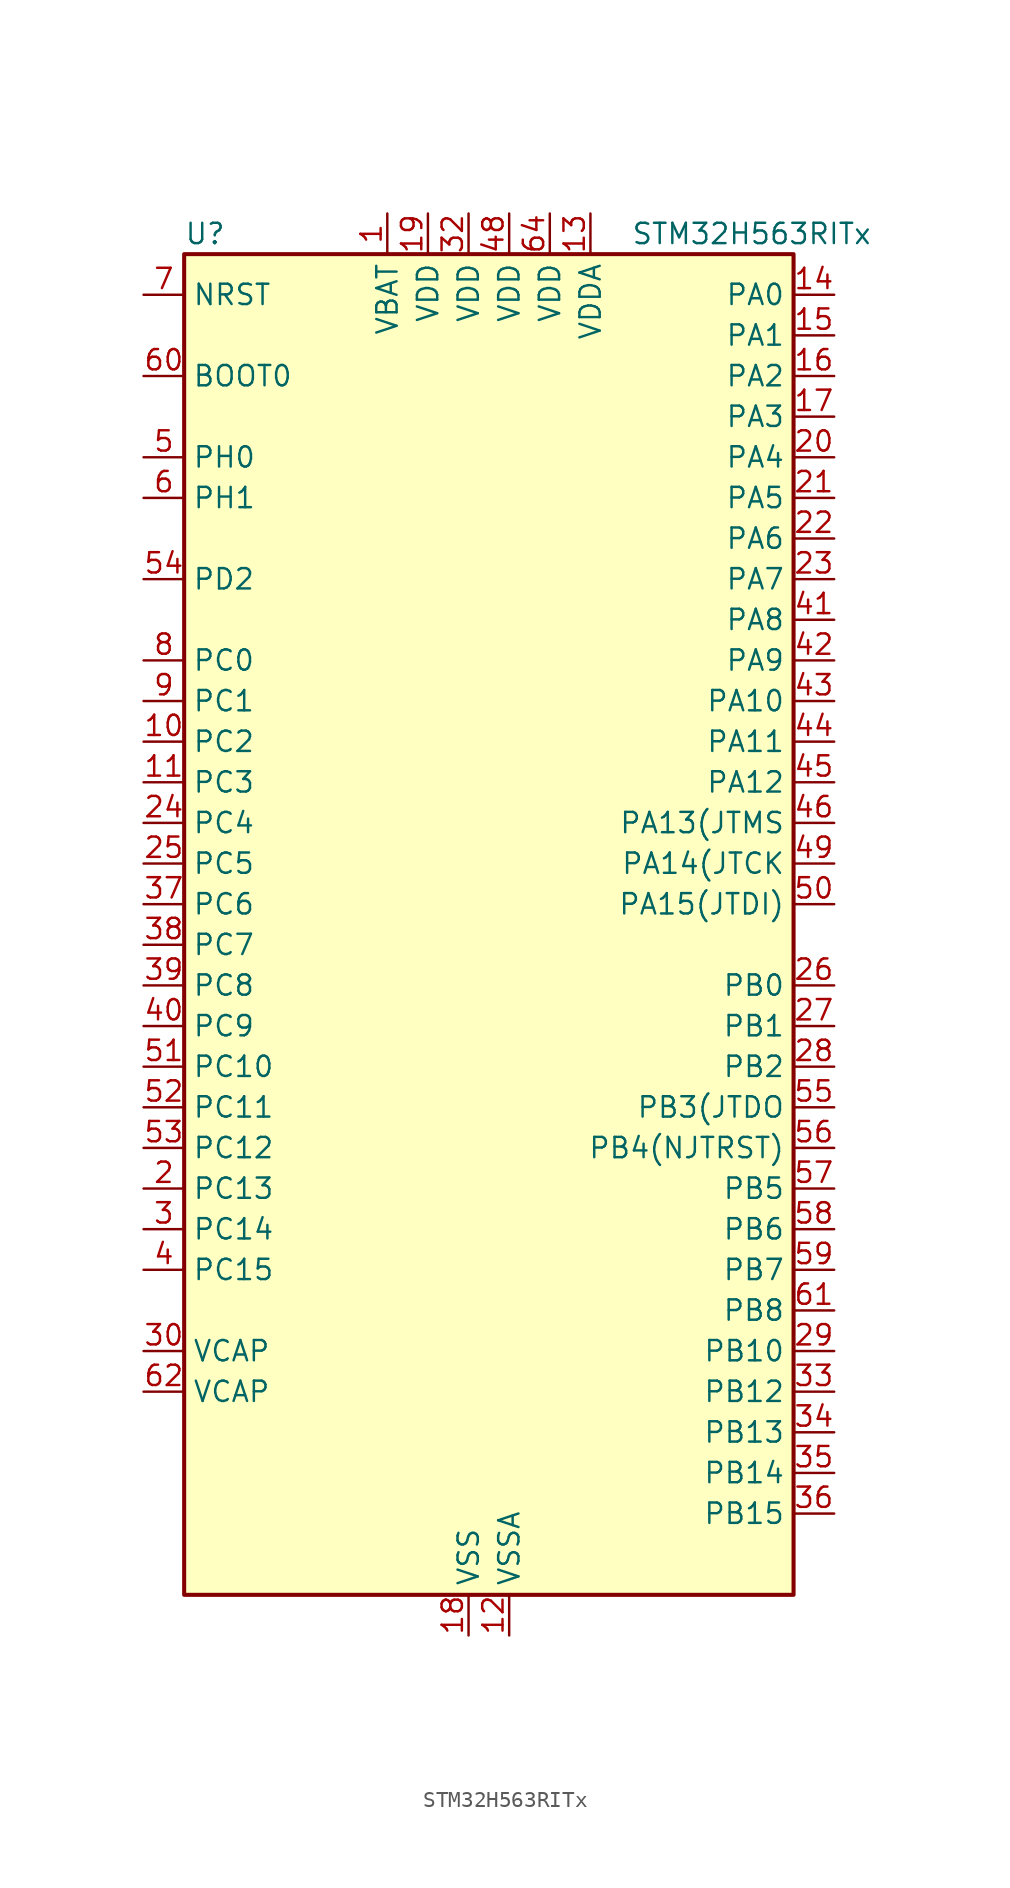
<source format=kicad_sym>
(kicad_symbol_lib
  (version 20231120)
  (generator "kicad-library-utils")
  (generator_version "8.0")
  (symbol "STM32H563RITx"
    (property "Reference" "U"
      (at -17.78 44.45 0)
      (effects (font (size 1.27 1.27)) (justify left)))
    (property "Value" "STM32H563RITx"
      (at 10.16 44.45 0)
      (effects (font (size 1.27 1.27)) (justify left)))
    (symbol "STM32H563RITx_0_1"
      (rectangle (start -17.78 -40.64) (end 20.32 43.18) (stroke (width 0.254) (type default)) (fill (type background))))
    (symbol "STM32H563RITx_1_1"
      (pin power_in line (at -5.08 45.72 270) (length 2.54) (name "VBAT" (effects (font (size 1.27 1.27)))) (number "1" (effects (font (size 1.27 1.27)))))
      (pin bidirectional line (at -20.32 12.7 0) (length 2.54) (name "PC2" (effects (font (size 1.27 1.27)))) (number "10" (effects (font (size 1.27 1.27)))) (alternate "ADC1_INN11" bidirectional line) (alternate "ADC1_INP12" bidirectional line) (alternate "ADC2_INN11" bidirectional line) (alternate "ADC2_INP12" bidirectional line) (alternate "ETH_TXD2" bidirectional line) (alternate "I2S2_SDI" bidirectional line) (alternate "OCTOSPI1_IO2" bidirectional line) (alternate "OCTOSPI1_IO5" bidirectional line) (alternate "PWR_CSLEEP" bidirectional line) (alternate "SPI2_MISO" bidirectional line) (alternate "TIM17_CH1" bidirectional line) (alternate "TIM4_CH4" bidirectional line))
      (pin bidirectional line (at -20.32 10.16 0) (length 2.54) (name "PC3" (effects (font (size 1.27 1.27)))) (number "11" (effects (font (size 1.27 1.27)))) (alternate "ADC1_INN12" bidirectional line) (alternate "ADC1_INP13" bidirectional line) (alternate "ADC2_INN12" bidirectional line) (alternate "ADC2_INP13" bidirectional line) (alternate "ETH_TX_CLK" bidirectional line) (alternate "I2S2_SDO" bidirectional line) (alternate "LPTIM3_CH1" bidirectional line) (alternate "OCTOSPI1_IO0" bidirectional line) (alternate "OCTOSPI1_IO6" bidirectional line) (alternate "PWR_CSTOP" bidirectional line) (alternate "SAI1_D3" bidirectional line) (alternate "SPI2_MOSI" bidirectional line))
      (pin power_in line (at 2.54 -43.18 90) (length 2.54) (name "VSSA" (effects (font (size 1.27 1.27)))) (number "12" (effects (font (size 1.27 1.27)))))
      (pin power_in line (at 7.62 45.72 270) (length 2.54) (name "VDDA" (effects (font (size 1.27 1.27)))) (number "13" (effects (font (size 1.27 1.27)))))
      (pin bidirectional line (at 22.86 40.64 180) (length 2.54) (name "PA0" (effects (font (size 1.27 1.27)))) (number "14" (effects (font (size 1.27 1.27)))) (alternate "ADC1_INN1" bidirectional line) (alternate "ADC1_INP0" bidirectional line) (alternate "ADC2_INN1" bidirectional line) (alternate "ADC2_INP0" bidirectional line) (alternate "ETH_CRS" bidirectional line) (alternate "PWR_WKUP1" bidirectional line) (alternate "SAI2_SD_B" bidirectional line) (alternate "SPI3_RDY" bidirectional line) (alternate "SPI6_NSS" bidirectional line) (alternate "TAMP_IN2" bidirectional line) (alternate "TAMP_OUT1" bidirectional line) (alternate "TIM15_BKIN" bidirectional line) (alternate "TIM2_CH1" bidirectional line) (alternate "TIM2_ETR" bidirectional line) (alternate "TIM5_CH1" bidirectional line) (alternate "TIM8_ETR" bidirectional line) (alternate "UART4_TX" bidirectional line) (alternate "USART2_CTS" bidirectional line) (alternate "USART2_NSS" bidirectional line))
      (pin bidirectional line (at 22.86 38.1 180) (length 2.54) (name "PA1" (effects (font (size 1.27 1.27)))) (number "15" (effects (font (size 1.27 1.27)))) (alternate "ADC1_INP1" bidirectional line) (alternate "ADC2_INP1" bidirectional line) (alternate "ETH_REF_CLK" bidirectional line) (alternate "ETH_RX_CLK" bidirectional line) (alternate "LPTIM1_IN1" bidirectional line) (alternate "OCTOSPI1_DQS" bidirectional line) (alternate "OCTOSPI1_IO3" bidirectional line) (alternate "SAI2_MCLK_B" bidirectional line) (alternate "TAMP_IN5" bidirectional line) (alternate "TAMP_OUT4" bidirectional line) (alternate "TIM15_CH1N" bidirectional line) (alternate "TIM2_CH2" bidirectional line) (alternate "TIM5_CH2" bidirectional line) (alternate "UART4_RX" bidirectional line) (alternate "USART2_RTS" bidirectional line))
      (pin bidirectional line (at 22.86 35.56 180) (length 2.54) (name "PA2" (effects (font (size 1.27 1.27)))) (number "16" (effects (font (size 1.27 1.27)))) (alternate "ADC1_INP14" bidirectional line) (alternate "ADC2_INP14" bidirectional line) (alternate "ETH_MDIO" bidirectional line) (alternate "LPTIM1_IN2" bidirectional line) (alternate "PWR_WKUP2" bidirectional line) (alternate "SAI2_SCK_B" bidirectional line) (alternate "TAMP_IN4" bidirectional line) (alternate "TAMP_OUT3" bidirectional line) (alternate "TIM15_CH1" bidirectional line) (alternate "TIM2_CH3" bidirectional line) (alternate "TIM5_CH3" bidirectional line) (alternate "USART2_TX" bidirectional line))
      (pin bidirectional line (at 22.86 33.02 180) (length 2.54) (name "PA3" (effects (font (size 1.27 1.27)))) (number "17" (effects (font (size 1.27 1.27)))) (alternate "ADC1_INP15" bidirectional line) (alternate "ADC2_INP15" bidirectional line) (alternate "ETH_COL" bidirectional line) (alternate "I2S2_WS" bidirectional line) (alternate "OCTOSPI1_CLK" bidirectional line) (alternate "SAI1_SD_B" bidirectional line) (alternate "SPI2_NSS" bidirectional line) (alternate "TIM15_CH2" bidirectional line) (alternate "TIM2_CH4" bidirectional line) (alternate "TIM5_CH4" bidirectional line) (alternate "USART2_RX" bidirectional line))
      (pin power_in line (at 0 -43.18 90) (length 2.54) (name "VSS" (effects (font (size 1.27 1.27)))) (number "18" (effects (font (size 1.27 1.27)))))
      (pin power_in line (at -2.54 45.72 270) (length 2.54) (name "VDD" (effects (font (size 1.27 1.27)))) (number "19" (effects (font (size 1.27 1.27)))))
      (pin bidirectional line (at -20.32 -15.24 0) (length 2.54) (name "PC13" (effects (font (size 1.27 1.27)))) (number "2" (effects (font (size 1.27 1.27)))) (alternate "PWR_WKUP4" bidirectional line) (alternate "RTC_OUT1" bidirectional line) (alternate "RTC_TS" bidirectional line) (alternate "TAMP_IN1" bidirectional line) (alternate "TAMP_OUT2" bidirectional line) (alternate "TAMP_OUT3" bidirectional line))
      (pin bidirectional line (at 22.86 30.48 180) (length 2.54) (name "PA4" (effects (font (size 1.27 1.27)))) (number "20" (effects (font (size 1.27 1.27)))) (alternate "ADC1_INP18" bidirectional line) (alternate "ADC2_INP18" bidirectional line) (alternate "DAC1_OUT1" bidirectional line) (alternate "DCMI_HSYNC" bidirectional line) (alternate "I2S1_WS" bidirectional line) (alternate "I2S3_WS" bidirectional line) (alternate "LPTIM2_CH1" bidirectional line) (alternate "PSSI_DE" bidirectional line) (alternate "SPI1_NSS" bidirectional line) (alternate "SPI3_NSS" bidirectional line) (alternate "SPI6_NSS" bidirectional line) (alternate "TIM5_ETR" bidirectional line) (alternate "USART2_CK" bidirectional line))
      (pin bidirectional line (at 22.86 27.94 180) (length 2.54) (name "PA5" (effects (font (size 1.27 1.27)))) (number "21" (effects (font (size 1.27 1.27)))) (alternate "ADC1_INN18" bidirectional line) (alternate "ADC1_INP19" bidirectional line) (alternate "ADC2_INN18" bidirectional line) (alternate "ADC2_INP19" bidirectional line) (alternate "DAC1_OUT2" bidirectional line) (alternate "ETH_TX_EN" bidirectional line) (alternate "I2S1_CK" bidirectional line) (alternate "PSSI_D14" bidirectional line) (alternate "SPI1_SCK" bidirectional line) (alternate "SPI6_SCK" bidirectional line) (alternate "TIM2_CH1" bidirectional line) (alternate "TIM2_ETR" bidirectional line) (alternate "TIM8_CH1N" bidirectional line))
      (pin bidirectional line (at 22.86 25.4 180) (length 2.54) (name "PA6" (effects (font (size 1.27 1.27)))) (number "22" (effects (font (size 1.27 1.27)))) (alternate "ADC1_INP3" bidirectional line) (alternate "ADC2_INP3" bidirectional line) (alternate "DCMI_PIXCLK" bidirectional line) (alternate "I2S1_SDI" bidirectional line) (alternate "OCTOSPI1_IO3" bidirectional line) (alternate "PSSI_PDCK" bidirectional line) (alternate "SPI1_MISO" bidirectional line) (alternate "SPI6_MISO" bidirectional line) (alternate "TIM13_CH1" bidirectional line) (alternate "TIM1_BKIN" bidirectional line) (alternate "TIM3_CH1" bidirectional line) (alternate "TIM8_BKIN" bidirectional line) (alternate "USART11_TX" bidirectional line))
      (pin bidirectional line (at 22.86 22.86 180) (length 2.54) (name "PA7" (effects (font (size 1.27 1.27)))) (number "23" (effects (font (size 1.27 1.27)))) (alternate "ADC1_INN3" bidirectional line) (alternate "ADC1_INP7" bidirectional line) (alternate "ADC2_INN3" bidirectional line) (alternate "ADC2_INP7" bidirectional line) (alternate "ETH_CRS_DV" bidirectional line) (alternate "ETH_RX_DV" bidirectional line) (alternate "I2S1_SDO" bidirectional line) (alternate "OCTOSPI1_IO2" bidirectional line) (alternate "SPI1_MOSI" bidirectional line) (alternate "SPI6_MOSI" bidirectional line) (alternate "TIM14_CH1" bidirectional line) (alternate "TIM1_CH1N" bidirectional line) (alternate "TIM3_CH2" bidirectional line) (alternate "TIM8_CH1N" bidirectional line) (alternate "USART11_RX" bidirectional line))
      (pin bidirectional line (at -20.32 7.62 0) (length 2.54) (name "PC4" (effects (font (size 1.27 1.27)))) (number "24" (effects (font (size 1.27 1.27)))) (alternate "ADC1_INP4" bidirectional line) (alternate "ADC2_INP4" bidirectional line) (alternate "ETH_RXD0" bidirectional line) (alternate "I2S1_MCK" bidirectional line) (alternate "LPTIM2_ETR" bidirectional line) (alternate "SAI1_CK1" bidirectional line) (alternate "TIM2_CH4" bidirectional line) (alternate "USART3_RX" bidirectional line))
      (pin bidirectional line (at -20.32 5.08 0) (length 2.54) (name "PC5" (effects (font (size 1.27 1.27)))) (number "25" (effects (font (size 1.27 1.27)))) (alternate "ADC1_INN4" bidirectional line) (alternate "ADC1_INP8" bidirectional line) (alternate "ADC2_INN4" bidirectional line) (alternate "ADC2_INP8" bidirectional line) (alternate "ETH_RXD1" bidirectional line) (alternate "OCTOSPI1_DQS" bidirectional line) (alternate "PSSI_D15" bidirectional line) (alternate "SAI1_D3" bidirectional line) (alternate "SAI1_FS_A" bidirectional line) (alternate "TIM1_CH4N" bidirectional line))
      (pin bidirectional line (at 22.86 -2.54 180) (length 2.54) (name "PB0" (effects (font (size 1.27 1.27)))) (number "26" (effects (font (size 1.27 1.27)))) (alternate "ADC1_INN5" bidirectional line) (alternate "ADC1_INP9" bidirectional line) (alternate "ADC2_INN5" bidirectional line) (alternate "ADC2_INP9" bidirectional line) (alternate "ETH_RXD2" bidirectional line) (alternate "LPTIM3_CH1" bidirectional line) (alternate "OCTOSPI1_IO1" bidirectional line) (alternate "TIM1_CH2N" bidirectional line) (alternate "TIM3_CH3" bidirectional line) (alternate "TIM8_CH2N" bidirectional line) (alternate "UART4_CTS" bidirectional line) (alternate "USART11_CK" bidirectional line))
      (pin bidirectional line (at 22.86 -5.08 180) (length 2.54) (name "PB1" (effects (font (size 1.27 1.27)))) (number "27" (effects (font (size 1.27 1.27)))) (alternate "ADC1_INP5" bidirectional line) (alternate "ADC2_INP5" bidirectional line) (alternate "ETH_RXD3" bidirectional line) (alternate "LPTIM3_CH2" bidirectional line) (alternate "OCTOSPI1_IO0" bidirectional line) (alternate "TIM1_CH3N" bidirectional line) (alternate "TIM3_CH4" bidirectional line) (alternate "TIM8_CH3N" bidirectional line))
      (pin bidirectional line (at 22.86 -7.62 180) (length 2.54) (name "PB2" (effects (font (size 1.27 1.27)))) (number "28" (effects (font (size 1.27 1.27)))) (alternate "I2S3_SDO" bidirectional line) (alternate "LPTIM1_CH1" bidirectional line) (alternate "LPTIM5_ETR" bidirectional line) (alternate "OCTOSPI1_CLK" bidirectional line) (alternate "OCTOSPI1_DQS" bidirectional line) (alternate "RCC_LSCO" bidirectional line) (alternate "RTC_OUT2" bidirectional line) (alternate "SAI1_D1" bidirectional line) (alternate "SAI1_SD_A" bidirectional line) (alternate "SDMMC1_CMD" bidirectional line) (alternate "SPI1_RDY" bidirectional line) (alternate "SPI3_MOSI" bidirectional line) (alternate "TIM8_CH4N" bidirectional line))
      (pin bidirectional line (at 22.86 -25.4 180) (length 2.54) (name "PB10" (effects (font (size 1.27 1.27)))) (number "29" (effects (font (size 1.27 1.27)))) (alternate "ETH_RX_ER" bidirectional line) (alternate "I2C2_SCL" bidirectional line) (alternate "I2S2_CK" bidirectional line) (alternate "LPTIM2_IN1" bidirectional line) (alternate "LPTIM3_CH1" bidirectional line) (alternate "OCTOSPI1_NCS" bidirectional line) (alternate "SPI2_SCK" bidirectional line) (alternate "TIM2_CH3" bidirectional line) (alternate "USART3_TX" bidirectional line))
      (pin bidirectional line (at -20.32 -17.78 0) (length 2.54) (name "PC14" (effects (font (size 1.27 1.27)))) (number "3" (effects (font (size 1.27 1.27)))) (alternate "RCC_OSC32_IN" bidirectional line))
      (pin power_out line (at -20.32 -25.4 0) (length 2.54) (name "VCAP" (effects (font (size 1.27 1.27)))) (number "30" (effects (font (size 1.27 1.27)))))
      (pin passive line (at 0 -43.18 90) (length 2.54) hide (name "VSS" (effects (font (size 1.27 1.27)))) (number "31" (effects (font (size 1.27 1.27)))))
      (pin power_in line (at 0 45.72 270) (length 2.54) (name "VDD" (effects (font (size 1.27 1.27)))) (number "32" (effects (font (size 1.27 1.27)))))
      (pin bidirectional line (at 22.86 -27.94 180) (length 2.54) (name "PB12" (effects (font (size 1.27 1.27)))) (number "33" (effects (font (size 1.27 1.27)))) (alternate "ETH_TXD0" bidirectional line) (alternate "FDCAN2_RX" bidirectional line) (alternate "I2C2_SDA" bidirectional line) (alternate "I2S2_WS" bidirectional line) (alternate "OCTOSPI1_NCLK" bidirectional line) (alternate "SPI2_NSS" bidirectional line) (alternate "TIM1_BKIN" bidirectional line) (alternate "UART5_RX" bidirectional line) (alternate "UCPD1_FRSTX" bidirectional line) (alternate "USART3_CK" bidirectional line))
      (pin bidirectional line (at 22.86 -30.48 180) (length 2.54) (name "PB13" (effects (font (size 1.27 1.27)))) (number "34" (effects (font (size 1.27 1.27)))) (alternate "FDCAN2_TX" bidirectional line) (alternate "I2C2_SMBA" bidirectional line) (alternate "I2S2_CK" bidirectional line) (alternate "LPTIM2_CH1" bidirectional line) (alternate "LPTIM3_IN1" bidirectional line) (alternate "SDMMC1_D0" bidirectional line) (alternate "SPI2_SCK" bidirectional line) (alternate "TIM1_CH1N" bidirectional line) (alternate "UART5_TX" bidirectional line) (alternate "UCPD1_CC1" bidirectional line) (alternate "USART3_CTS" bidirectional line) (alternate "USART3_NSS" bidirectional line))
      (pin bidirectional line (at 22.86 -33.02 180) (length 2.54) (name "PB14" (effects (font (size 1.27 1.27)))) (number "35" (effects (font (size 1.27 1.27)))) (alternate "I2S2_SDI" bidirectional line) (alternate "LPTIM3_ETR" bidirectional line) (alternate "SPI2_MISO" bidirectional line) (alternate "TIM12_CH1" bidirectional line) (alternate "TIM1_CH2N" bidirectional line) (alternate "TIM8_CH2N" bidirectional line) (alternate "UART4_DE" bidirectional line) (alternate "UART4_RTS" bidirectional line) (alternate "UCPD1_CC2" bidirectional line) (alternate "USART1_TX" bidirectional line) (alternate "USART3_RTS" bidirectional line))
      (pin bidirectional line (at 22.86 -35.56 180) (length 2.54) (name "PB15" (effects (font (size 1.27 1.27)))) (number "36" (effects (font (size 1.27 1.27)))) (alternate "ADC1_EXTI15" bidirectional line) (alternate "ADC2_EXTI15" bidirectional line) (alternate "DCMI_D2" bidirectional line) (alternate "ETH_TXD1" bidirectional line) (alternate "I2S2_SDO" bidirectional line) (alternate "OCTOSPI1_CLK" bidirectional line) (alternate "PSSI_D2" bidirectional line) (alternate "PWR_PVD_IN" bidirectional line) (alternate "RTC_REFIN" bidirectional line) (alternate "SPI2_MOSI" bidirectional line) (alternate "TIM12_CH2" bidirectional line) (alternate "TIM1_CH3N" bidirectional line) (alternate "TIM8_CH3N" bidirectional line) (alternate "UART4_CTS" bidirectional line) (alternate "UART5_RX" bidirectional line) (alternate "USART11_CTS" bidirectional line) (alternate "USART11_NSS" bidirectional line) (alternate "USART1_RX" bidirectional line))
      (pin bidirectional line (at -20.32 2.54 0) (length 2.54) (name "PC6" (effects (font (size 1.27 1.27)))) (number "37" (effects (font (size 1.27 1.27)))) (alternate "DCMI_D0" bidirectional line) (alternate "I2S2_MCK" bidirectional line) (alternate "OCTOSPI1_IO5" bidirectional line) (alternate "PSSI_D0" bidirectional line) (alternate "SAI1_SCK_A" bidirectional line) (alternate "SDMMC1_D0DIR" bidirectional line) (alternate "SDMMC1_D6" bidirectional line) (alternate "TIM3_CH1" bidirectional line) (alternate "TIM8_CH1" bidirectional line) (alternate "USART6_TX" bidirectional line))
      (pin bidirectional line (at -20.32 0 0) (length 2.54) (name "PC7" (effects (font (size 1.27 1.27)))) (number "38" (effects (font (size 1.27 1.27)))) (alternate "DCMI_D1" bidirectional line) (alternate "DEBUG_TRGIO" bidirectional line) (alternate "I2S3_MCK" bidirectional line) (alternate "OCTOSPI1_IO6" bidirectional line) (alternate "PSSI_D1" bidirectional line) (alternate "SDMMC1_D123DIR" bidirectional line) (alternate "SDMMC1_D7" bidirectional line) (alternate "TIM3_CH2" bidirectional line) (alternate "TIM8_CH2" bidirectional line) (alternate "USART6_RX" bidirectional line))
      (pin bidirectional line (at -20.32 -2.54 0) (length 2.54) (name "PC8" (effects (font (size 1.27 1.27)))) (number "39" (effects (font (size 1.27 1.27)))) (alternate "DCMI_D2" bidirectional line) (alternate "DEBUG_TRACED1" bidirectional line) (alternate "PSSI_D2" bidirectional line) (alternate "SDMMC1_D0" bidirectional line) (alternate "TIM3_CH3" bidirectional line) (alternate "TIM8_CH3" bidirectional line) (alternate "UART5_DE" bidirectional line) (alternate "UART5_RTS" bidirectional line) (alternate "USART6_CK" bidirectional line))
      (pin bidirectional line (at -20.32 -20.32 0) (length 2.54) (name "PC15" (effects (font (size 1.27 1.27)))) (number "4" (effects (font (size 1.27 1.27)))) (alternate "ADC1_EXTI15" bidirectional line) (alternate "ADC2_EXTI15" bidirectional line) (alternate "RCC_OSC32_OUT" bidirectional line))
      (pin bidirectional line (at -20.32 -5.08 0) (length 2.54) (name "PC9" (effects (font (size 1.27 1.27)))) (number "40" (effects (font (size 1.27 1.27)))) (alternate "AUDIOCLK" bidirectional line) (alternate "DAC1_EXTI9" bidirectional line) (alternate "DCMI_D3" bidirectional line) (alternate "I2C3_SDA" bidirectional line) (alternate "OCTOSPI1_IO0" bidirectional line) (alternate "PSSI_D3" bidirectional line) (alternate "RCC_MCO_2" bidirectional line) (alternate "SDMMC1_D1" bidirectional line) (alternate "TIM3_CH4" bidirectional line) (alternate "TIM8_CH4" bidirectional line) (alternate "UART5_CTS" bidirectional line) (alternate "UCPD1_DB2" bidirectional line))
      (pin bidirectional line (at 22.86 20.32 180) (length 2.54) (name "PA8" (effects (font (size 1.27 1.27)))) (number "41" (effects (font (size 1.27 1.27)))) (alternate "DCMI_D3" bidirectional line) (alternate "I2C3_SCL" bidirectional line) (alternate "PSSI_D3" bidirectional line) (alternate "RCC_MCO_1" bidirectional line) (alternate "SPI1_RDY" bidirectional line) (alternate "TIM1_CH1" bidirectional line) (alternate "TIM8_BKIN2" bidirectional line) (alternate "UART7_RX" bidirectional line) (alternate "USART1_CK" bidirectional line) (alternate "USB_SOF" bidirectional line))
      (pin bidirectional line (at 22.86 17.78 180) (length 2.54) (name "PA9" (effects (font (size 1.27 1.27)))) (number "42" (effects (font (size 1.27 1.27)))) (alternate "DAC1_EXTI9" bidirectional line) (alternate "DCMI_D0" bidirectional line) (alternate "ETH_TX_ER" bidirectional line) (alternate "I2C3_SMBA" bidirectional line) (alternate "I2S2_CK" bidirectional line) (alternate "LPUART1_TX" bidirectional line) (alternate "PSSI_D0" bidirectional line) (alternate "SPI2_SCK" bidirectional line) (alternate "TIM1_CH2" bidirectional line) (alternate "UCPD1_DB1" bidirectional line) (alternate "USART1_TX" bidirectional line))
      (pin bidirectional line (at 22.86 15.24 180) (length 2.54) (name "PA10" (effects (font (size 1.27 1.27)))) (number "43" (effects (font (size 1.27 1.27)))) (alternate "DCMI_D1" bidirectional line) (alternate "FDCAN2_TX" bidirectional line) (alternate "LPTIM2_IN2" bidirectional line) (alternate "LPUART1_RX" bidirectional line) (alternate "PSSI_D1" bidirectional line) (alternate "SDMMC1_D0" bidirectional line) (alternate "TIM1_CH3" bidirectional line) (alternate "UCPD1_FRSTX" bidirectional line) (alternate "USART1_RX" bidirectional line))
      (pin bidirectional line (at 22.86 12.7 180) (length 2.54) (name "PA11" (effects (font (size 1.27 1.27)))) (number "44" (effects (font (size 1.27 1.27)))) (alternate "ADC1_EXTI11" bidirectional line) (alternate "ADC2_EXTI11" bidirectional line) (alternate "FDCAN1_RX" bidirectional line) (alternate "I2S2_WS" bidirectional line) (alternate "LPUART1_CTS" bidirectional line) (alternate "SPI2_NSS" bidirectional line) (alternate "TIM1_CH4" bidirectional line) (alternate "UART4_RX" bidirectional line) (alternate "USART1_CTS" bidirectional line) (alternate "USART1_NSS" bidirectional line) (alternate "USB_DM" bidirectional line))
      (pin bidirectional line (at 22.86 10.16 180) (length 2.54) (name "PA12" (effects (font (size 1.27 1.27)))) (number "45" (effects (font (size 1.27 1.27)))) (alternate "FDCAN1_TX" bidirectional line) (alternate "I2S2_CK" bidirectional line) (alternate "LPUART1_RTS" bidirectional line) (alternate "SAI2_FS_B" bidirectional line) (alternate "SPI2_SCK" bidirectional line) (alternate "TIM1_ETR" bidirectional line) (alternate "UART4_TX" bidirectional line) (alternate "USART1_RTS" bidirectional line) (alternate "USB_DP" bidirectional line))
      (pin bidirectional line (at 22.86 7.62 180) (length 2.54) (name "PA13(JTMS" (effects (font (size 1.27 1.27)))) (number "46" (effects (font (size 1.27 1.27)))) (alternate "DEBUG_JTMS-SWDIO" bidirectional line))
      (pin passive line (at 0 -43.18 90) (length 2.54) hide (name "VSS" (effects (font (size 1.27 1.27)))) (number "47" (effects (font (size 1.27 1.27)))))
      (pin power_in line (at 2.54 45.72 270) (length 2.54) (name "VDD" (effects (font (size 1.27 1.27)))) (number "48" (effects (font (size 1.27 1.27)))))
      (pin bidirectional line (at 22.86 5.08 180) (length 2.54) (name "PA14(JTCK" (effects (font (size 1.27 1.27)))) (number "49" (effects (font (size 1.27 1.27)))) (alternate "DEBUG_JTCK-SWCLK" bidirectional line))
      (pin bidirectional line (at -20.32 30.48 0) (length 2.54) (name "PH0" (effects (font (size 1.27 1.27)))) (number "5" (effects (font (size 1.27 1.27)))) (alternate "RCC_OSC_IN" bidirectional line))
      (pin bidirectional line (at 22.86 2.54 180) (length 2.54) (name "PA15(JTDI)" (effects (font (size 1.27 1.27)))) (number "50" (effects (font (size 1.27 1.27)))) (alternate "ADC1_EXTI15" bidirectional line) (alternate "ADC2_EXTI15" bidirectional line) (alternate "CEC" bidirectional line) (alternate "DCMI_D11" bidirectional line) (alternate "DEBUG_JTDI" bidirectional line) (alternate "I2S1_WS" bidirectional line) (alternate "I2S3_WS" bidirectional line) (alternate "LPTIM3_IN2" bidirectional line) (alternate "PSSI_D11" bidirectional line) (alternate "SPI1_NSS" bidirectional line) (alternate "SPI3_NSS" bidirectional line) (alternate "SPI6_NSS" bidirectional line) (alternate "TIM2_CH1" bidirectional line) (alternate "TIM2_ETR" bidirectional line) (alternate "UART4_DE" bidirectional line) (alternate "UART4_RTS" bidirectional line) (alternate "UART7_TX" bidirectional line))
      (pin bidirectional line (at -20.32 -7.62 0) (length 2.54) (name "PC10" (effects (font (size 1.27 1.27)))) (number "51" (effects (font (size 1.27 1.27)))) (alternate "DCMI_D8" bidirectional line) (alternate "ETH_TXD0" bidirectional line) (alternate "I2S3_CK" bidirectional line) (alternate "LPTIM3_ETR" bidirectional line) (alternate "OCTOSPI1_IO1" bidirectional line) (alternate "PSSI_D8" bidirectional line) (alternate "SDMMC1_D2" bidirectional line) (alternate "SPI3_SCK" bidirectional line) (alternate "UART4_TX" bidirectional line) (alternate "USART3_TX" bidirectional line))
      (pin bidirectional line (at -20.32 -10.16 0) (length 2.54) (name "PC11" (effects (font (size 1.27 1.27)))) (number "52" (effects (font (size 1.27 1.27)))) (alternate "ADC1_EXTI11" bidirectional line) (alternate "ADC2_EXTI11" bidirectional line) (alternate "DCMI_D4" bidirectional line) (alternate "I2S3_SDI" bidirectional line) (alternate "LPTIM3_IN1" bidirectional line) (alternate "OCTOSPI1_NCS" bidirectional line) (alternate "PSSI_D4" bidirectional line) (alternate "SDMMC1_D3" bidirectional line) (alternate "SPI3_MISO" bidirectional line) (alternate "UART4_RX" bidirectional line) (alternate "USART3_RX" bidirectional line))
      (pin bidirectional line (at -20.32 -12.7 0) (length 2.54) (name "PC12" (effects (font (size 1.27 1.27)))) (number "53" (effects (font (size 1.27 1.27)))) (alternate "DCMI_D9" bidirectional line) (alternate "DEBUG_TRACED3" bidirectional line) (alternate "I2S3_SDO" bidirectional line) (alternate "PSSI_D9" bidirectional line) (alternate "SDMMC1_CK" bidirectional line) (alternate "SPI3_MOSI" bidirectional line) (alternate "SPI6_SCK" bidirectional line) (alternate "TIM15_CH1" bidirectional line) (alternate "UART5_TX" bidirectional line) (alternate "USART3_CK" bidirectional line))
      (pin bidirectional line (at -20.32 22.86 0) (length 2.54) (name "PD2" (effects (font (size 1.27 1.27)))) (number "54" (effects (font (size 1.27 1.27)))) (alternate "DCMI_D11" bidirectional line) (alternate "DEBUG_TRACED2" bidirectional line) (alternate "LPTIM4_ETR" bidirectional line) (alternate "PSSI_D11" bidirectional line) (alternate "PWR_WKUP7" bidirectional line) (alternate "SDMMC1_CMD" bidirectional line) (alternate "TIM15_BKIN" bidirectional line) (alternate "TIM3_ETR" bidirectional line) (alternate "UART5_RX" bidirectional line))
      (pin bidirectional line (at 22.86 -10.16 180) (length 2.54) (name "PB3(JTDO" (effects (font (size 1.27 1.27)))) (number "55" (effects (font (size 1.27 1.27)))) (alternate "CRS_SYNC" bidirectional line) (alternate "DEBUG_JTDO-SWO" bidirectional line) (alternate "I2C2_SDA" bidirectional line) (alternate "I2S1_CK" bidirectional line) (alternate "I2S3_CK" bidirectional line) (alternate "LPTIM6_ETR" bidirectional line) (alternate "SPI1_SCK" bidirectional line) (alternate "SPI3_SCK" bidirectional line) (alternate "SPI6_SCK" bidirectional line) (alternate "TIM2_CH2" bidirectional line) (alternate "UART7_RX" bidirectional line))
      (pin bidirectional line (at 22.86 -12.7 180) (length 2.54) (name "PB4(NJTRST)" (effects (font (size 1.27 1.27)))) (number "56" (effects (font (size 1.27 1.27)))) (alternate "DCMI_D7" bidirectional line) (alternate "DEBUG_JTRST" bidirectional line) (alternate "I2S1_SDI" bidirectional line) (alternate "I2S2_WS" bidirectional line) (alternate "I2S3_SDI" bidirectional line) (alternate "LPTIM1_CH2" bidirectional line) (alternate "OCTOSPI1_CLK" bidirectional line) (alternate "PSSI_D7" bidirectional line) (alternate "SPI1_MISO" bidirectional line) (alternate "SPI2_NSS" bidirectional line) (alternate "SPI3_MISO" bidirectional line) (alternate "SPI6_MISO" bidirectional line) (alternate "TIM16_BKIN" bidirectional line) (alternate "TIM3_CH1" bidirectional line) (alternate "UART7_TX" bidirectional line))
      (pin bidirectional line (at 22.86 -15.24 180) (length 2.54) (name "PB5" (effects (font (size 1.27 1.27)))) (number "57" (effects (font (size 1.27 1.27)))) (alternate "DCMI_D10" bidirectional line) (alternate "ETH_PPS_OUT" bidirectional line) (alternate "FDCAN2_RX" bidirectional line) (alternate "I2C1_SMBA" bidirectional line) (alternate "I2C4_SMBA" bidirectional line) (alternate "I2S1_SDO" bidirectional line) (alternate "I2S3_SDO" bidirectional line) (alternate "OCTOSPI1_NCLK" bidirectional line) (alternate "PSSI_D10" bidirectional line) (alternate "SPI1_MOSI" bidirectional line) (alternate "SPI3_MOSI" bidirectional line) (alternate "SPI6_MOSI" bidirectional line) (alternate "TIM17_BKIN" bidirectional line) (alternate "TIM3_CH2" bidirectional line) (alternate "UART5_RX" bidirectional line))
      (pin bidirectional line (at 22.86 -17.78 180) (length 2.54) (name "PB6" (effects (font (size 1.27 1.27)))) (number "58" (effects (font (size 1.27 1.27)))) (alternate "CEC" bidirectional line) (alternate "DCMI_D5" bidirectional line) (alternate "FDCAN2_TX" bidirectional line) (alternate "I2C1_SCL" bidirectional line) (alternate "I2C4_SCL" bidirectional line) (alternate "I3C1_SCL" bidirectional line) (alternate "LPUART1_TX" bidirectional line) (alternate "OCTOSPI1_NCS" bidirectional line) (alternate "PSSI_D5" bidirectional line) (alternate "TIM16_CH1N" bidirectional line) (alternate "TIM4_CH1" bidirectional line) (alternate "UART5_TX" bidirectional line) (alternate "USART1_TX" bidirectional line))
      (pin bidirectional line (at 22.86 -20.32 180) (length 2.54) (name "PB7" (effects (font (size 1.27 1.27)))) (number "59" (effects (font (size 1.27 1.27)))) (alternate "DCMI_VSYNC" bidirectional line) (alternate "FDCAN1_TX" bidirectional line) (alternate "I2C1_SDA" bidirectional line) (alternate "I2C4_SDA" bidirectional line) (alternate "I3C1_SDA" bidirectional line) (alternate "LPUART1_RX" bidirectional line) (alternate "PSSI_RDY" bidirectional line) (alternate "PWR_WKUP5" bidirectional line) (alternate "TIM17_CH1N" bidirectional line) (alternate "TIM4_CH2" bidirectional line) (alternate "USART1_RX" bidirectional line))
      (pin bidirectional line (at -20.32 27.94 0) (length 2.54) (name "PH1" (effects (font (size 1.27 1.27)))) (number "6" (effects (font (size 1.27 1.27)))) (alternate "RCC_OSC_OUT" bidirectional line))
      (pin input line (at -20.32 35.56 0) (length 2.54) (name "BOOT0" (effects (font (size 1.27 1.27)))) (number "60" (effects (font (size 1.27 1.27)))))
      (pin bidirectional line (at 22.86 -22.86 180) (length 2.54) (name "PB8" (effects (font (size 1.27 1.27)))) (number "61" (effects (font (size 1.27 1.27)))) (alternate "DCMI_D6" bidirectional line) (alternate "ETH_TXD3" bidirectional line) (alternate "FDCAN1_RX" bidirectional line) (alternate "I2C1_SCL" bidirectional line) (alternate "I2C4_SCL" bidirectional line) (alternate "I3C1_SCL" bidirectional line) (alternate "PSSI_D6" bidirectional line) (alternate "SDMMC1_CKIN" bidirectional line) (alternate "SDMMC1_D4" bidirectional line) (alternate "TIM16_CH1" bidirectional line) (alternate "TIM4_CH3" bidirectional line) (alternate "UART4_RX" bidirectional line))
      (pin power_out line (at -20.32 -27.94 0) (length 2.54) (name "VCAP" (effects (font (size 1.27 1.27)))) (number "62" (effects (font (size 1.27 1.27)))))
      (pin passive line (at 0 -43.18 90) (length 2.54) hide (name "VSS" (effects (font (size 1.27 1.27)))) (number "63" (effects (font (size 1.27 1.27)))))
      (pin power_in line (at 5.08 45.72 270) (length 2.54) (name "VDD" (effects (font (size 1.27 1.27)))) (number "64" (effects (font (size 1.27 1.27)))))
      (pin input line (at -20.32 40.64 0) (length 2.54) (name "NRST" (effects (font (size 1.27 1.27)))) (number "7" (effects (font (size 1.27 1.27)))))
      (pin bidirectional line (at -20.32 17.78 0) (length 2.54) (name "PC0" (effects (font (size 1.27 1.27)))) (number "8" (effects (font (size 1.27 1.27)))) (alternate "ADC1_INP10" bidirectional line) (alternate "ADC2_INP10" bidirectional line) (alternate "OCTOSPI1_IO7" bidirectional line) (alternate "SAI1_MCLK_A" bidirectional line) (alternate "SAI2_FS_B" bidirectional line) (alternate "SPI2_RDY" bidirectional line) (alternate "TIM16_BKIN" bidirectional line))
      (pin bidirectional line (at -20.32 15.24 0) (length 2.54) (name "PC1" (effects (font (size 1.27 1.27)))) (number "9" (effects (font (size 1.27 1.27)))) (alternate "ADC1_INN10" bidirectional line) (alternate "ADC1_INP11" bidirectional line) (alternate "ADC2_INN10" bidirectional line) (alternate "ADC2_INP11" bidirectional line) (alternate "DEBUG_TRACED0" bidirectional line) (alternate "ETH_MDC" bidirectional line) (alternate "I2S2_SDO" bidirectional line) (alternate "OCTOSPI1_IO4" bidirectional line) (alternate "PWR_WKUP6" bidirectional line) (alternate "SAI1_D1" bidirectional line) (alternate "SAI1_SD_A" bidirectional line) (alternate "SAI2_SD_A" bidirectional line) (alternate "SPI2_MOSI" bidirectional line) (alternate "TAMP_IN3" bidirectional line) (alternate "TAMP_OUT5" bidirectional line) (alternate "USART11_RTS" bidirectional line)))))
</source>
